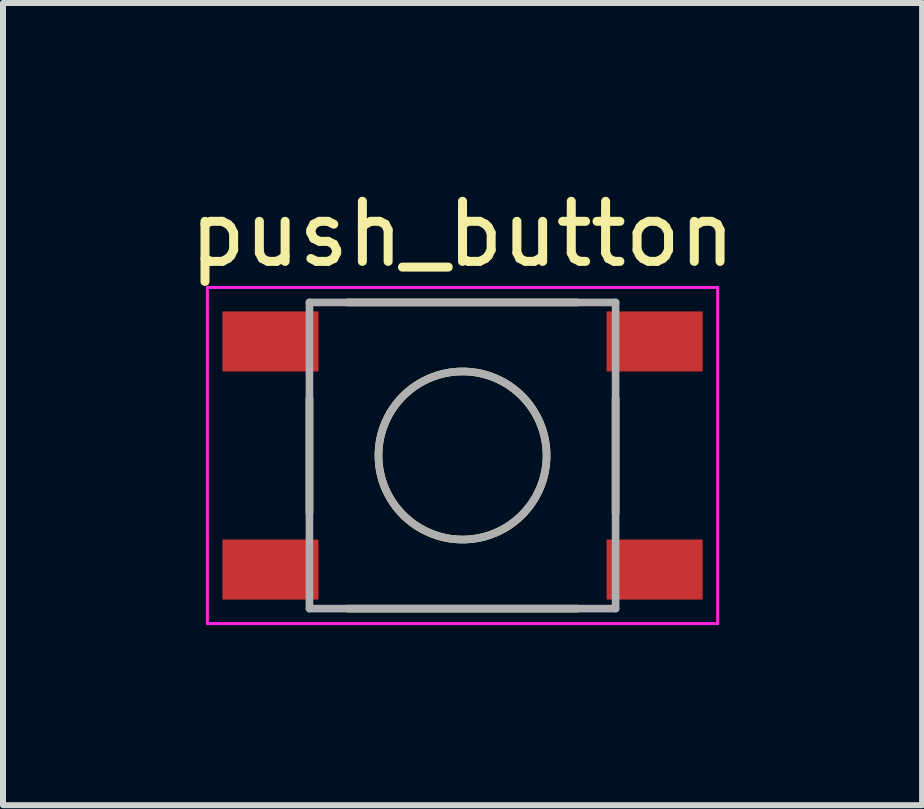
<source format=kicad_pcb>
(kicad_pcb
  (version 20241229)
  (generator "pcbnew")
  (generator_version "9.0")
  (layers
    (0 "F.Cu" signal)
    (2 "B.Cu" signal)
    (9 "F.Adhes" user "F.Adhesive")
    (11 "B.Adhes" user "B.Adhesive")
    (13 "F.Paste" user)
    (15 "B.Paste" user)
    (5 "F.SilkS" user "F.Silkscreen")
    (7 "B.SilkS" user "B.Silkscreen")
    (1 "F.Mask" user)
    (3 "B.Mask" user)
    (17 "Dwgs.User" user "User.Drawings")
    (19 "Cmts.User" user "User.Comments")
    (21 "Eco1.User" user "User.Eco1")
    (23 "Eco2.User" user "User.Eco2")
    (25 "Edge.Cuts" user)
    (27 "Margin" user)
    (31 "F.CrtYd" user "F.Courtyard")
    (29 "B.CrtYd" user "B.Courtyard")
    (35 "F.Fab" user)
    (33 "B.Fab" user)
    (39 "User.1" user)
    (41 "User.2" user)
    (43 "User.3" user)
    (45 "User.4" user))
  (footprint "push_button"
    (layer "F.Cu")
    (at 4.655 4.538)
    (property "Reference" "push_button" (at -0.00001 -3.689 0) (layer "F.SilkS") (effects (font (size 1.001 1.001) (thickness 0.15))))
    (attr smd)
    (fp_line (start -2.55 -0.956) (end -2.55 0.956) (stroke (width 0.127) (type solid)) (layer "F.SilkS"))
    (fp_line (start -1.913 -2.55) (end 1.913 -2.55) (stroke (width 0.127) (type solid)) (layer "F.SilkS"))
    (fp_line (start -1.913 2.55) (end 1.913 2.55) (stroke (width 0.127) (type solid)) (layer "F.SilkS"))
    (fp_line (start 2.55 -0.956) (end 2.55 0.956) (stroke (width 0.127) (type solid)) (layer "F.SilkS"))
    (fp_circle (center 0 0) (end 1.4 0) (stroke (width 0.127) (type solid)) (fill no) (layer "F.SilkS"))
    (fp_line (start -4.25 -2.8) (end 4.25 -2.8) (stroke (width 0.05) (type solid)) (layer "F.CrtYd"))
    (fp_line (start -4.25 2.8) (end -4.25 -2.8) (stroke (width 0.05) (type solid)) (layer "F.CrtYd"))
    (fp_line (start 4.25 -2.8) (end 4.25 2.8) (stroke (width 0.05) (type solid)) (layer "F.CrtYd"))
    (fp_line (start 4.25 2.8) (end -4.25 2.8) (stroke (width 0.05) (type solid)) (layer "F.CrtYd"))
    (fp_line (start -2.55 -2.55) (end 2.55 -2.55) (stroke (width 0.127) (type solid)) (layer "F.Fab"))
    (fp_line (start -2.55 2.55) (end -2.55 -2.55) (stroke (width 0.127) (type solid)) (layer "F.Fab"))
    (fp_line (start 2.55 -2.55) (end 2.55 2.55) (stroke (width 0.127) (type solid)) (layer "F.Fab"))
    (fp_line (start 2.55 2.55) (end -2.55 2.55) (stroke (width 0.127) (type solid)) (layer "F.Fab"))
    (fp_circle (center 0 0) (end 1.4 0) (stroke (width 0.127) (type solid)) (fill no) (layer "F.Fab"))
    (pad "1" smd rect (at -3.2 -1.9) (size 1.6 1) (layers "F.Cu" "F.Mask" "F.Paste"))
    (pad "2" smd rect (at 3.2 -1.9) (size 1.6 1) (layers "F.Cu" "F.Mask" "F.Paste"))
    (pad "3" smd rect (at -3.2 1.9) (size 1.6 1) (layers "F.Cu" "F.Mask" "F.Paste"))
    (pad "4" smd rect (at 3.2 1.9) (size 1.6 1) (layers "F.Cu" "F.Mask" "F.Paste")))
  (gr_rect
    (start -3 -3)
    (end 12.311 10.363)
    (stroke (width 0.1) (type default))
    (fill no)
    (layer "Edge.Cuts")))
</source>
